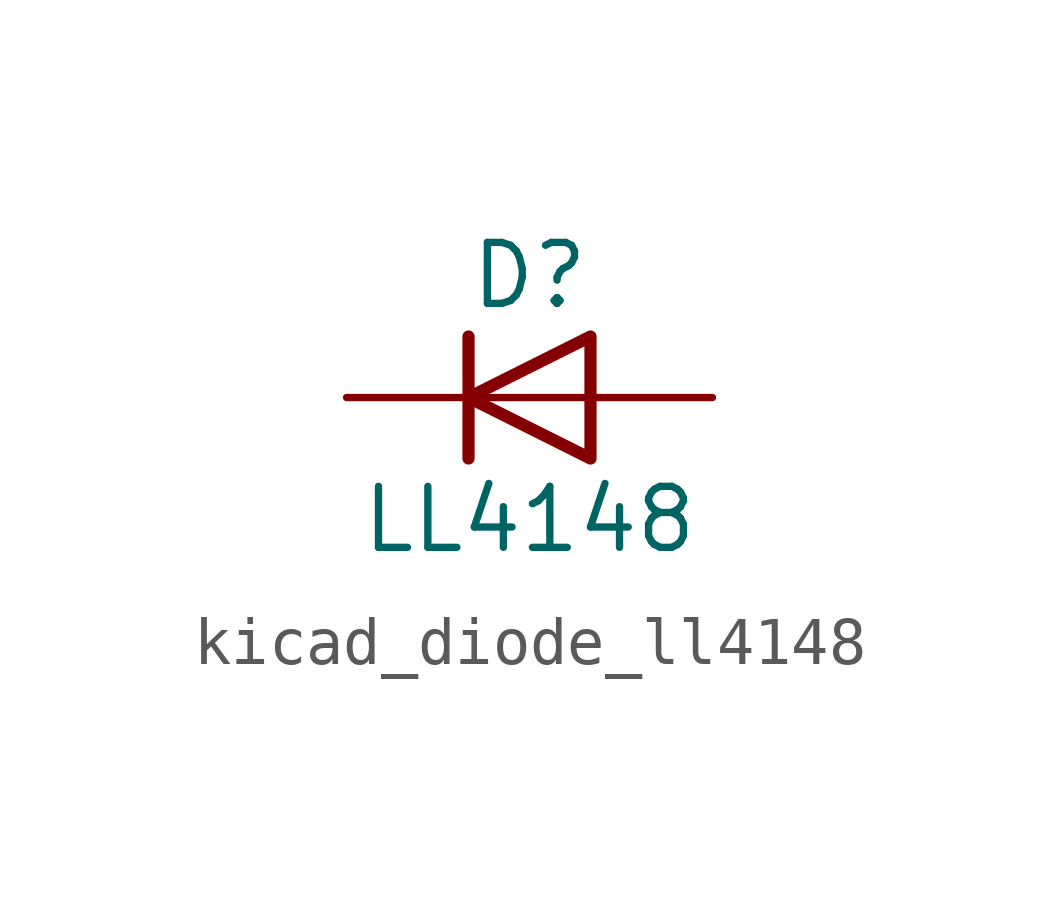
<source format=kicad_sym>
(kicad_symbol_lib
  (version 20220914)
  (generator kicad_symbol_editor)
  (symbol "kicad_diode_ll4148"
    (pin_numbers hide)
    (pin_names hide)
    (property "Reference" "D"
      (at 0 2.54 0)
      (effects (font (size 1.27 1.27))))
    (property "Value" "LL4148"
      (at 0 -2.54 0)
      (effects (font (size 1.27 1.27))))
    (symbol "kicad_diode_ll4148_0_1"
      (polyline (pts (xy -1.27 1.27) (xy -1.27 -1.27)) (stroke (width 0.254) (type default)) (fill (type none)))
      (polyline (pts (xy 1.27 0) (xy -1.27 0)) (stroke (width 0) (type default)) (fill (type none)))
      (polyline (pts (xy 1.27 1.27) (xy 1.27 -1.27) (xy -1.27 0) (xy 1.27 1.27)) (stroke (width 0.254) (type default)) (fill (type none))))
    (symbol "kicad_diode_ll4148_1_1"
      (pin passive line (at -3.81 0 0) (length 2.54) (name "K" (effects (font (size 1.27 1.27)))) (number "1" (effects (font (size 1.27 1.27)))))
      (pin passive line (at 3.81 0 180) (length 2.54) (name "A" (effects (font (size 1.27 1.27)))) (number "2" (effects (font (size 1.27 1.27))))))))
</source>
